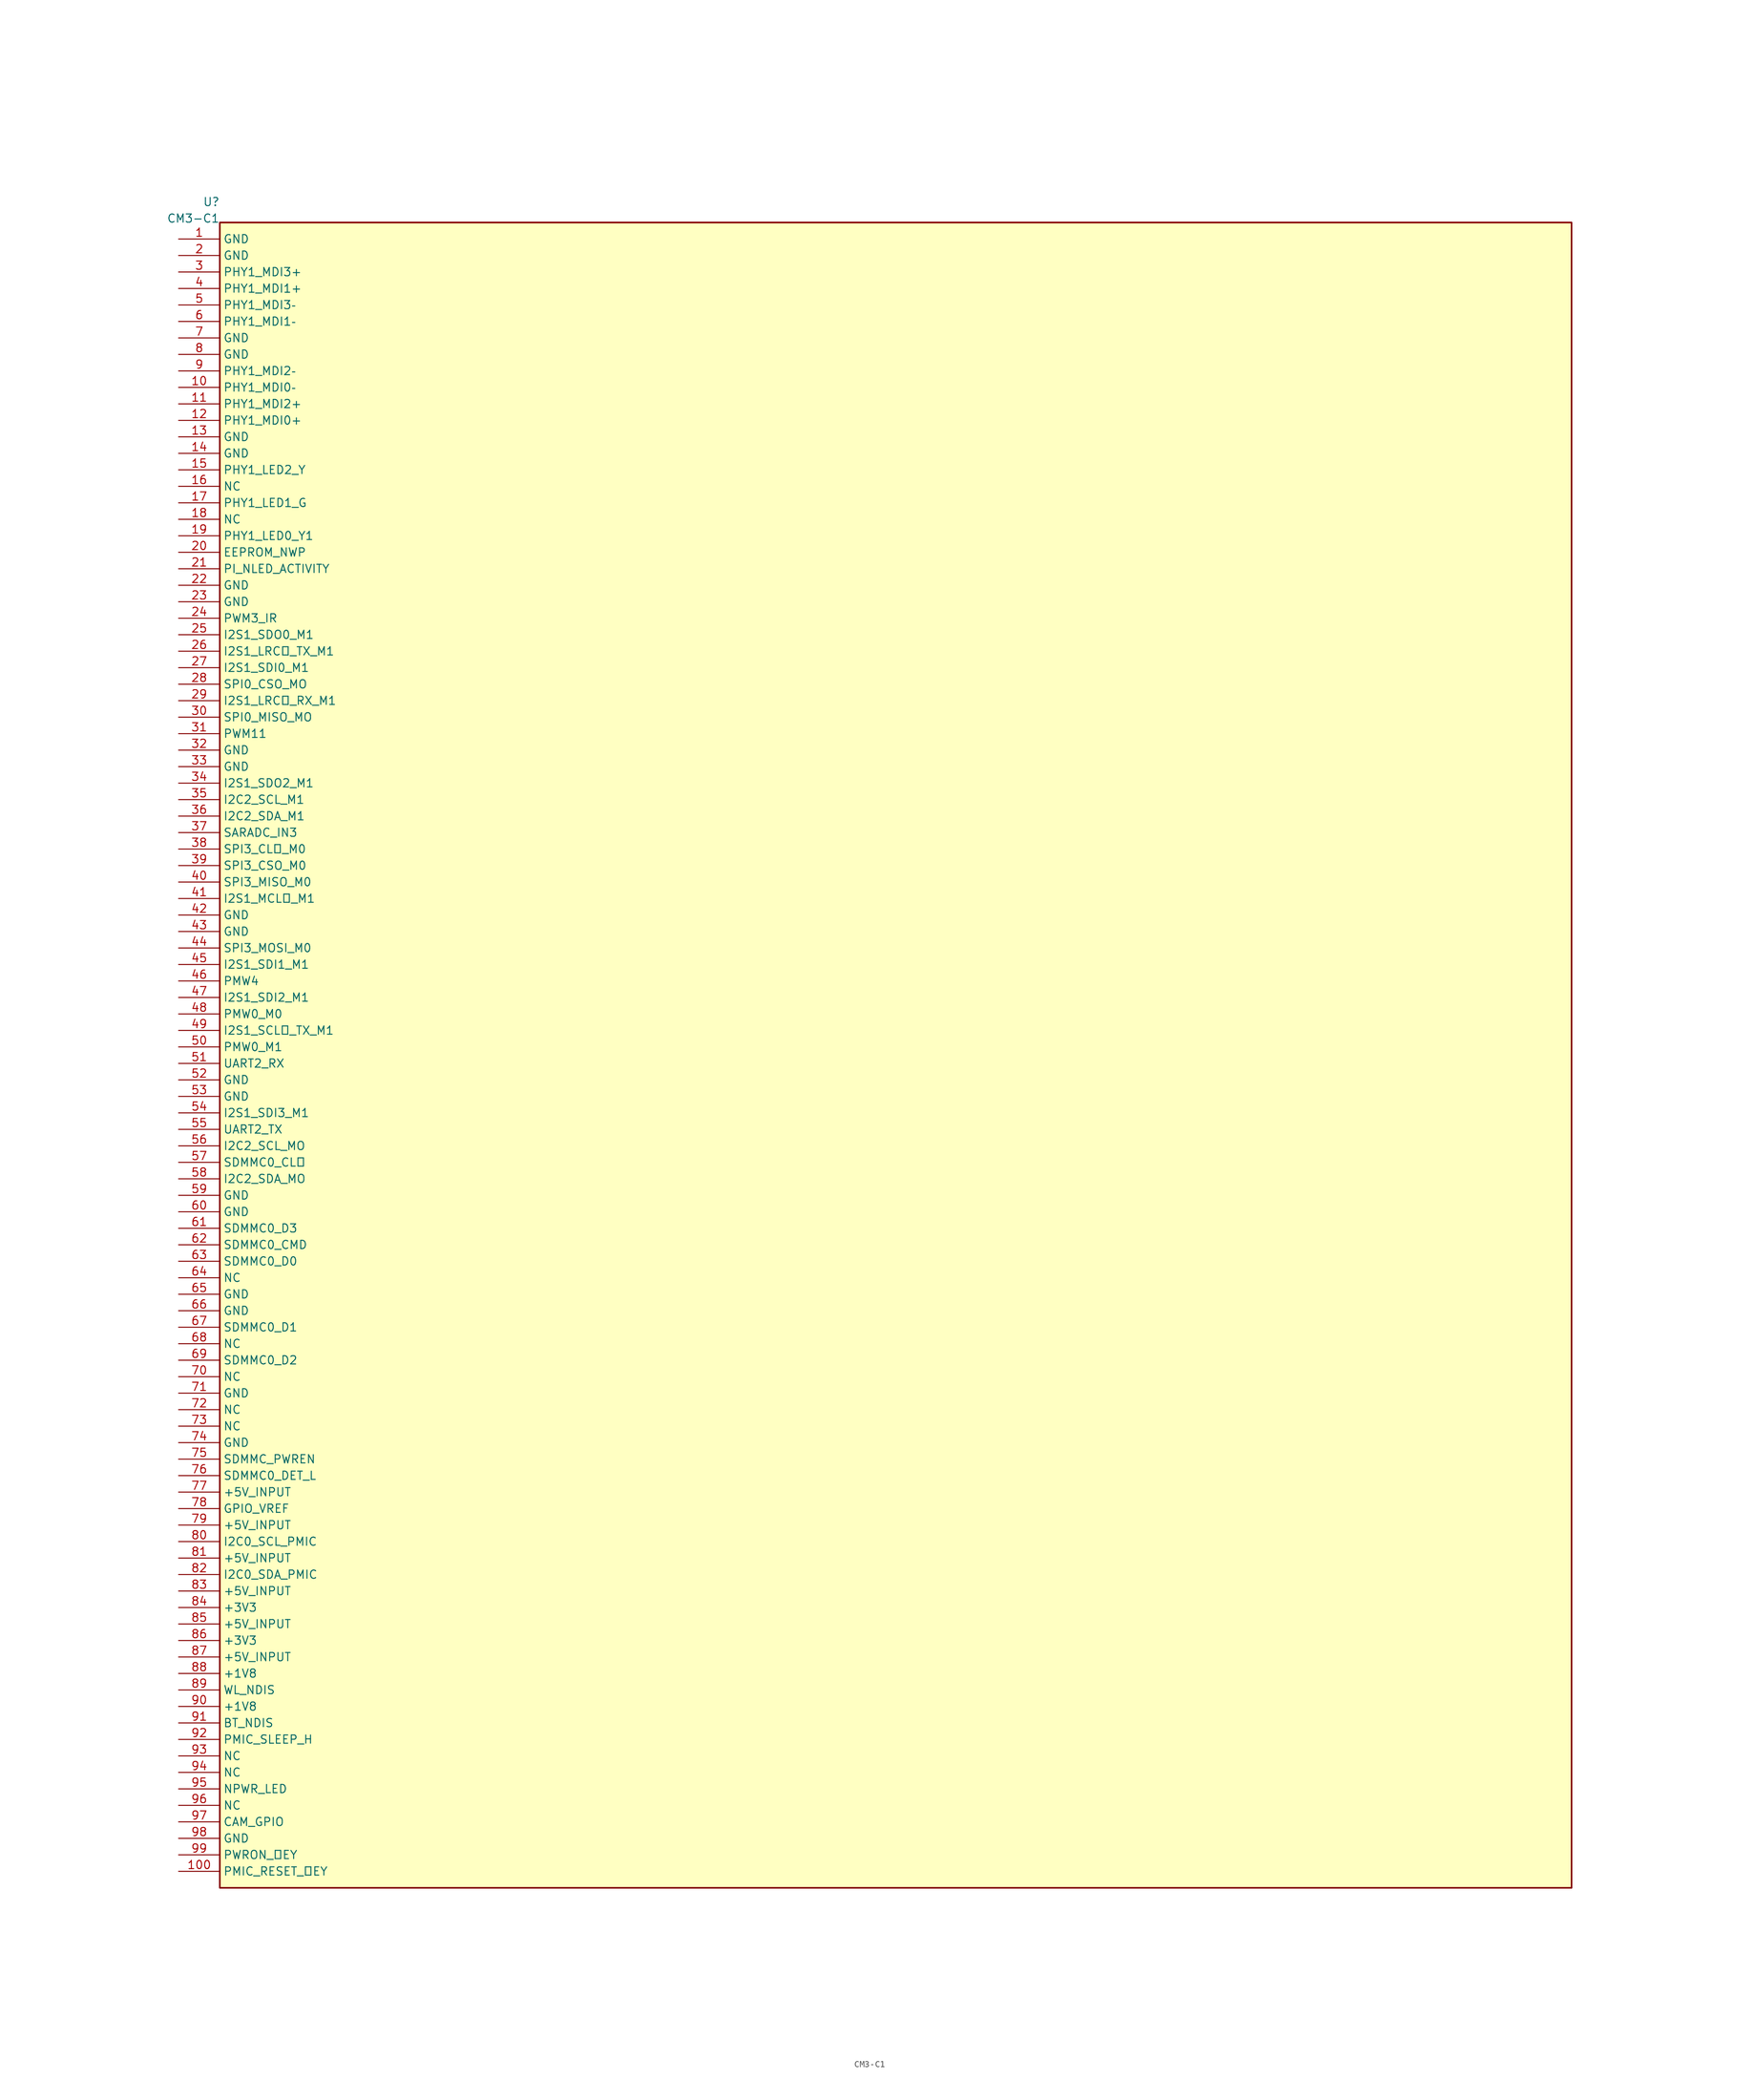
<source format=kicad_sym>
(kicad_symbol_lib
  (version 20241209)
  (generator "kicad_symbol_editor")
  (generator_version "9.0")
  (symbol "CM3-C1"
    (property "Reference" "U"
      (at -104.14 131.445 0)
      (effects (font (size 1.27 1.27)) (justify right)))
    (property "Value" "CM3-C1"
      (at -104.14 128.905 0)
      (effects (font (size 1.27 1.27)) (justify right)))
    (property "ki_locked" ""
      (at 0 0 0)
      (effects (font (size 1.27 1.27))))
    (symbol "CM3-C1_1_1"
      (rectangle (start -104.14 -128.27) (end 104.14 128.27) (stroke (width 0.254) (type solid)) (fill (type background)))
      (pin passive line (at -110.49 125.73 0) (length 6.35) (name "GND" (effects (font (size 1.27 1.27)))) (number "1" (effects (font (size 1.27 1.27)))))
      (pin passive line (at -110.49 123.19 0) (length 6.35) (name "GND" (effects (font (size 1.27 1.27)))) (number "2" (effects (font (size 1.27 1.27)))))
      (pin passive line (at -110.49 120.65 0) (length 6.35) (name "PHY1_MDI3+" (effects (font (size 1.27 1.27)))) (number "3" (effects (font (size 1.27 1.27)))))
      (pin passive line (at -110.49 118.11 0) (length 6.35) (name "PHY1_MDI1+" (effects (font (size 1.27 1.27)))) (number "4" (effects (font (size 1.27 1.27)))))
      (pin passive line (at -110.49 115.57 0) (length 6.35) (name "PHY1_MDI3‑" (effects (font (size 1.27 1.27)))) (number "5" (effects (font (size 1.27 1.27)))))
      (pin passive line (at -110.49 113.03 0) (length 6.35) (name "PHY1_MDI1‑" (effects (font (size 1.27 1.27)))) (number "6" (effects (font (size 1.27 1.27)))))
      (pin passive line (at -110.49 110.49 0) (length 6.35) (name "GND" (effects (font (size 1.27 1.27)))) (number "7" (effects (font (size 1.27 1.27)))))
      (pin passive line (at -110.49 107.95 0) (length 6.35) (name "GND" (effects (font (size 1.27 1.27)))) (number "8" (effects (font (size 1.27 1.27)))))
      (pin passive line (at -110.49 105.41 0) (length 6.35) (name "PHY1_MDI2‑" (effects (font (size 1.27 1.27)))) (number "9" (effects (font (size 1.27 1.27)))))
      (pin passive line (at -110.49 102.87 0) (length 6.35) (name "PHY1_MDI0‑" (effects (font (size 1.27 1.27)))) (number "10" (effects (font (size 1.27 1.27)))))
      (pin passive line (at -110.49 100.33 0) (length 6.35) (name "PHY1_MDI2+" (effects (font (size 1.27 1.27)))) (number "11" (effects (font (size 1.27 1.27)))))
      (pin passive line (at -110.49 97.79 0) (length 6.35) (name "PHY1_MDI0+" (effects (font (size 1.27 1.27)))) (number "12" (effects (font (size 1.27 1.27)))))
      (pin passive line (at -110.49 95.25 0) (length 6.35) (name "GND" (effects (font (size 1.27 1.27)))) (number "13" (effects (font (size 1.27 1.27)))))
      (pin passive line (at -110.49 92.71 0) (length 6.35) (name "GND" (effects (font (size 1.27 1.27)))) (number "14" (effects (font (size 1.27 1.27)))))
      (pin passive line (at -110.49 90.17 0) (length 6.35) (name "PHY1_LED2_Y" (effects (font (size 1.27 1.27)))) (number "15" (effects (font (size 1.27 1.27)))))
      (pin passive line (at -110.49 87.63 0) (length 6.35) (name "NC" (effects (font (size 1.27 1.27)))) (number "16" (effects (font (size 1.27 1.27)))))
      (pin passive line (at -110.49 85.09 0) (length 6.35) (name "PHY1_LED1_G" (effects (font (size 1.27 1.27)))) (number "17" (effects (font (size 1.27 1.27)))))
      (pin passive line (at -110.49 82.55 0) (length 6.35) (name "NC" (effects (font (size 1.27 1.27)))) (number "18" (effects (font (size 1.27 1.27)))))
      (pin passive line (at -110.49 80.01 0) (length 6.35) (name "PHY1_LED0_Y1" (effects (font (size 1.27 1.27)))) (number "19" (effects (font (size 1.27 1.27)))))
      (pin passive line (at -110.49 77.47 0) (length 6.35) (name "EEPROM_NWP" (effects (font (size 1.27 1.27)))) (number "20" (effects (font (size 1.27 1.27)))))
      (pin passive line (at -110.49 74.93 0) (length 6.35) (name "PI_NLED_ACTIVITY" (effects (font (size 1.27 1.27)))) (number "21" (effects (font (size 1.27 1.27)))) (alternate "CIF_D14" passive line) (alternate "EBC_SDDO14" passive line) (alternate "GMAC1_TXD0_M1" passive line) (alternate "GPIO4_A4" passive line) (alternate "I2S2_LRCK_TX_M1" passive line) (alternate "UART9_TX_M2" passive line))
      (pin passive line (at -110.49 72.39 0) (length 6.35) (name "GND" (effects (font (size 1.27 1.27)))) (number "22" (effects (font (size 1.27 1.27)))))
      (pin passive line (at -110.49 69.85 0) (length 6.35) (name "GND" (effects (font (size 1.27 1.27)))) (number "23" (effects (font (size 1.27 1.27)))))
      (pin passive line (at -110.49 67.31 0) (length 6.35) (name "PWM3_IR" (effects (font (size 1.27 1.27)))) (number "24" (effects (font (size 1.27 1.27)))) (alternate "EDP_HPDIN_M1" passive line) (alternate "GPIO0_C2" passive line) (alternate "MCU_JTAG_TMS" passive line) (alternate "PWM3_IR" passive line))
      (pin passive line (at -110.49 64.77 0) (length 6.35) (name "I2S1_SDO0_M1" (effects (font (size 1.27 1.27)))) (number "25" (effects (font (size 1.27 1.27)))) (alternate "CIF_D3" passive line) (alternate "EBC_SDDO3" passive line) (alternate "GPIO3_D1" passive line) (alternate "I2S1_SDO0_M1" passive line) (alternate "SDMMC2_D3_M0" passive line) (alternate "VOP_BT656_D3_M1" passive line))
      (pin passive line (at -110.49 62.23 0) (length 6.35) (name "I2S1_LRCK_TX_M1" (effects (font (size 1.27 1.27)))) (number "26" (effects (font (size 1.27 1.27)))) (alternate "CIF_D2" passive line) (alternate "EBC_SDDO2" passive line) (alternate "GPIO3_D0" passive line) (alternate "I2S1_LRCK_TX_M1" passive line) (alternate "SDMMC2_D2_M0" passive line) (alternate "VOP_BT656_D2_M1" passive line))
      (pin passive line (at -110.49 59.69 0) (length 6.35) (name "I2S1_SDI0_M1" (effects (font (size 1.27 1.27)))) (number "27" (effects (font (size 1.27 1.27)))) (alternate "CIF_D4" passive line) (alternate "EBC_SDDO4" passive line) (alternate "GPIO3_D2" passive line) (alternate "I2S1_SDI0_M1" passive line) (alternate "SDMMC2_CMD_M0" passive line) (alternate "VOP_BT656_D4_M1" passive line))
      (pin passive line (at -110.49 57.15 0) (length 6.35) (name "SPI0_CSO_MO" (effects (font (size 1.27 1.27)))) (number "28" (effects (font (size 1.27 1.27)))) (alternate "GPIO0_C6" passive line) (alternate "PWM7_IR" passive line) (alternate "SPI0_CS0_M0" passive line))
      (pin passive line (at -110.49 54.61 0) (length 6.35) (name "I2S1_LRCK_RX_M1" (effects (font (size 1.27 1.27)))) (number "29" (effects (font (size 1.27 1.27)))) (alternate "CAM_CLKOUT0" passive line) (alternate "EBC_SDCE1" passive line) (alternate "GMAC1_RXD0_M1" passive line) (alternate "GPIO4_A7" passive line) (alternate "I2S1_LRCK_RX_M1" passive line) (alternate "SPI3_CS1_M0" passive line))
      (pin passive line (at -110.49 52.07 0) (length 6.35) (name "SPI0_MISO_MO" (effects (font (size 1.27 1.27)))) (number "30" (effects (font (size 1.27 1.27)))) (alternate "GPIO0_C5" passive line) (alternate "PWM6" passive line) (alternate "SPI0_MISO_M0" passive line))
      (pin passive line (at -110.49 49.53 0) (length 6.35) (name "PWM11" (effects (font (size 1.27 1.27)))) (number "31" (effects (font (size 1.27 1.27)))) (alternate "CIF_CLKOUT" passive line) (alternate "EBC_GDCLK" passive line) (alternate "GPIO4_C0" passive line) (alternate "PWM11_IR_M1" passive line))
      (pin passive line (at -110.49 46.99 0) (length 6.35) (name "GND" (effects (font (size 1.27 1.27)))) (number "32" (effects (font (size 1.27 1.27)))))
      (pin passive line (at -110.49 44.45 0) (length 6.35) (name "GND" (effects (font (size 1.27 1.27)))) (number "33" (effects (font (size 1.27 1.27)))))
      (pin passive line (at -110.49 41.91 0) (length 6.35) (name "I2S1_SDO2_M1" (effects (font (size 1.27 1.27)))) (number "34" (effects (font (size 1.27 1.27)))) (alternate "EBC_SDCE3" passive line) (alternate "GMAC1_RXDV_CRS_M1" passive line) (alternate "GPIO4_B1" passive line) (alternate "I2S1_SDO2_M1" passive line) (alternate "ISP_PRELIGHT_TRIG" passive line))
      (pin passive line (at -110.49 39.37 0) (length 6.35) (name "I2C2_SCL_M1" (effects (font (size 1.27 1.27)))) (number "35" (effects (font (size 1.27 1.27)))) (alternate "EBC_SDSHR" passive line) (alternate "GPIO4_B5" passive line) (alternate "I2C2_SCL_M1" passive line) (alternate "I2S1_SDO3_M1" passive line))
      (pin passive line (at -110.49 36.83 0) (length 6.35) (name "I2C2_SDA_M1" (effects (font (size 1.27 1.27)))) (number "36" (effects (font (size 1.27 1.27)))) (alternate "EBC_GDSP" passive line) (alternate "GPIO4_B4" passive line) (alternate "I2C2_SDA_M1" passive line) (alternate "ISP_FLASH_TRIGIN" passive line) (alternate "VOP_BT656_CLK_M1" passive line))
      (pin passive line (at -110.49 34.29 0) (length 6.35) (name "SARADC_IN3" (effects (font (size 1.27 1.27)))) (number "37" (effects (font (size 1.27 1.27)))) (alternate "SARADC_VIN3" passive line))
      (pin passive line (at -110.49 31.75 0) (length 6.35) (name "SPI3_CLK_M0" (effects (font (size 1.27 1.27)))) (number "38" (effects (font (size 1.27 1.27)))) (alternate "EBC_GDOE" passive line) (alternate "ETH1_REFCLKO_25M_M1" passive line) (alternate "GPIO4_B3" passive line) (alternate "I2C4_SCL_M0" passive line) (alternate "I2S2_SDO_M1" passive line) (alternate "SPI3_CLK_M0" passive line))
      (pin passive line (at -110.49 29.21 0) (length 6.35) (name "SPI3_CSO_M0" (effects (font (size 1.27 1.27)))) (number "39" (effects (font (size 1.27 1.27)))) (alternate "EBC_SDCE0" passive line) (alternate "GMAC1_TXEN_M1" passive line) (alternate "GPIO4_A6" passive line) (alternate "I2S1_SCLK_RX_M1" passive line) (alternate "ISP_FLASHTRIGOUT" passive line) (alternate "SPI3_CS0_M0" passive line))
      (pin passive line (at -110.49 26.67 0) (length 6.35) (name "SPI3_MISO_M0" (effects (font (size 1.27 1.27)))) (number "40" (effects (font (size 1.27 1.27)))) (alternate "CAM_CLKOUT1" passive line) (alternate "EBC_SDCE2" passive line) (alternate "GMAC1_RXD1_M1" passive line) (alternate "GPIO4_B0" passive line) (alternate "I2S1_SDO1_M1" passive line) (alternate "SPI3_MISO_M0" passive line))
      (pin passive line (at -110.49 24.13 0) (length 6.35) (name "I2S1_MCLK_M1" (effects (font (size 1.27 1.27)))) (number "41" (effects (font (size 1.27 1.27)))) (alternate "CIF_D0" passive line) (alternate "EBC_SDDO0" passive line) (alternate "GPIO3_C6" passive line) (alternate "I2S1_MCLK_M1" passive line) (alternate "SDMMC2_D0_M0" passive line) (alternate "VOP_BT656_D0_M1" passive line))
      (pin passive line (at -110.49 21.59 0) (length 6.35) (name "GND" (effects (font (size 1.27 1.27)))) (number "42" (effects (font (size 1.27 1.27)))))
      (pin passive line (at -110.49 19.05 0) (length 6.35) (name "GND" (effects (font (size 1.27 1.27)))) (number "43" (effects (font (size 1.27 1.27)))))
      (pin passive line (at -110.49 16.51 0) (length 6.35) (name "SPI3_MOSI_M0" (effects (font (size 1.27 1.27)))) (number "44" (effects (font (size 1.27 1.27)))) (alternate "EBC_VCOM" passive line) (alternate "GMAC1_RXER_M1" passive line) (alternate "GPIO4_B2" passive line) (alternate "I2C4_SDA_M0" passive line) (alternate "I2S2_SDI_M1" passive line) (alternate "SPI3_MOSI_M0" passive line))
      (pin passive line (at -110.49 13.97 0) (length 6.35) (name "I2S1_SDI1_M1" (effects (font (size 1.27 1.27)))) (number "45" (effects (font (size 1.27 1.27)))) (alternate "CIF_D5" passive line) (alternate "EBC_SDDO5" passive line) (alternate "GPIO3_D3" passive line) (alternate "I2S1_SDI1_M1" passive line) (alternate "SDMMC2_CLK_M0" passive line) (alternate "VOP_BT656_D5_M1" passive line))
      (pin passive line (at -110.49 11.43 0) (length 6.35) (name "PMW4" (effects (font (size 1.27 1.27)))) (number "46" (effects (font (size 1.27 1.27)))) (alternate "GPIO0_C3" passive line) (alternate "MCU_JTAG_TRSTn" passive line) (alternate "PWM4" passive line) (alternate "VOP_PWM_M0" passive line))
      (pin passive line (at -110.49 8.89 0) (length 6.35) (name "I2S1_SDI2_M1" (effects (font (size 1.27 1.27)))) (number "47" (effects (font (size 1.27 1.27)))) (alternate "CIF_D6" passive line) (alternate "EBC_SDDO6" passive line) (alternate "GPIO3_D4" passive line) (alternate "I2S1_SDI2_M1" passive line) (alternate "SDMMC2_DET_M0" passive line) (alternate "VOP_BT656_D6_M1" passive line))
      (pin passive line (at -110.49 6.35 0) (length 6.35) (name "PMW0_M0" (effects (font (size 1.27 1.27)))) (number "48" (effects (font (size 1.27 1.27)))) (alternate "CPUAVS" passive line) (alternate "GPIO0_B7" passive line) (alternate "PWM0_M0" passive line))
      (pin passive line (at -110.49 3.81 0) (length 6.35) (name "I2S1_SCLK_TX_M1" (effects (font (size 1.27 1.27)))) (number "49" (effects (font (size 1.27 1.27)))) (alternate "CIF_D1" passive line) (alternate "EBC_SDDO1" passive line) (alternate "GPIO3_C7" passive line) (alternate "I2S1_SCLK_TX_M1" passive line) (alternate "SDMMC2_D1_M0" passive line) (alternate "VOP_BT656_D1_M1" passive line))
      (pin passive line (at -110.49 1.27 0) (length 6.35) (name "PMW0_M1" (effects (font (size 1.27 1.27)))) (number "50" (effects (font (size 1.27 1.27)))) (alternate "GPIO0_C7" passive line) (alternate "HDMITX_CEC_M1" passive line) (alternate "PWM0_M1" passive line) (alternate "UART0_CTSn" passive line))
      (pin passive line (at -110.49 -1.27 0) (length 6.35) (name "UART2_RX" (effects (font (size 1.27 1.27)))) (number "51" (effects (font (size 1.27 1.27)))) (alternate "GPIO0_D0" passive line) (alternate "UART2_RX_M0" passive line))
      (pin passive line (at -110.49 -3.81 0) (length 6.35) (name "GND" (effects (font (size 1.27 1.27)))) (number "52" (effects (font (size 1.27 1.27)))))
      (pin passive line (at -110.49 -6.35 0) (length 6.35) (name "GND" (effects (font (size 1.27 1.27)))) (number "53" (effects (font (size 1.27 1.27)))))
      (pin passive line (at -110.49 -8.89 0) (length 6.35) (name "I2S1_SDI3_M1" (effects (font (size 1.27 1.27)))) (number "54" (effects (font (size 1.27 1.27)))) (alternate "CIF_D7" passive line) (alternate "EBC_SDDO7" passive line) (alternate "GPIO3_D5" passive line) (alternate "I2S1_SDI3_M1" passive line) (alternate "SDMMC2_PWREN_M0" passive line) (alternate "VOP_BT656_D7_M1" passive line))
      (pin passive line (at -110.49 -11.43 0) (length 6.35) (name "UART2_TX" (effects (font (size 1.27 1.27)))) (number "55" (effects (font (size 1.27 1.27)))) (alternate "GPIO0_D1" passive line) (alternate "UART2_TX_M0" passive line))
      (pin passive line (at -110.49 -13.97 0) (length 6.35) (name "I2C2_SCL_MO" (effects (font (size 1.27 1.27)))) (number "56" (effects (font (size 1.27 1.27)))) (alternate "GPIO0_B5" passive line) (alternate "I2C2_SCL_M0" passive line) (alternate "PCIE20_WAKEn_M0" passive line) (alternate "PWM1_M1" passive line) (alternate "SPI0_CLK_M0" passive line))
      (pin passive line (at -110.49 -16.51 0) (length 6.35) (name "SDMMC0_CLK" (effects (font (size 1.27 1.27)))) (number "57" (effects (font (size 1.27 1.27)))) (alternate "GPIO2_A2" passive line) (alternate "SDMMC0_CLK" passive line) (alternate "TEST_CLKOUT" passive line) (alternate "UART5_TX_M0" passive line))
      (pin passive line (at -110.49 -19.05 0) (length 6.35) (name "I2C2_SDA_MO" (effects (font (size 1.27 1.27)))) (number "58" (effects (font (size 1.27 1.27)))) (alternate "GPIO0_B6" passive line) (alternate "I2C2_SDA_M0" passive line) (alternate "PCIE20_PERSTn_M0" passive line) (alternate "PWM2_M1" passive line) (alternate "SPI0_MOSI_M0" passive line))
      (pin passive line (at -110.49 -21.59 0) (length 6.35) (name "GND" (effects (font (size 1.27 1.27)))) (number "59" (effects (font (size 1.27 1.27)))))
      (pin passive line (at -110.49 -24.13 0) (length 6.35) (name "GND" (effects (font (size 1.27 1.27)))) (number "60" (effects (font (size 1.27 1.27)))))
      (pin passive line (at -110.49 -26.67 0) (length 6.35) (name "SDMMC0_D3" (effects (font (size 1.27 1.27)))) (number "61" (effects (font (size 1.27 1.27)))) (alternate "ARM_JTAG_TMS" passive line) (alternate "GPIO2_A0" passive line) (alternate "SDMMC0_D3" passive line) (alternate "UART5_RTSn_M0" passive line))
      (pin passive line (at -110.49 -29.21 0) (length 6.35) (name "SDMMC0_CMD" (effects (font (size 1.27 1.27)))) (number "62" (effects (font (size 1.27 1.27)))) (alternate "GPIO2_A1" passive line) (alternate "PWM10_M1" passive line) (alternate "SDMMC0_CMD" passive line) (alternate "UART5_RX_M0" passive line))
      (pin passive line (at -110.49 -31.75 0) (length 6.35) (name "SDMMC0_D0" (effects (font (size 1.27 1.27)))) (number "63" (effects (font (size 1.27 1.27)))) (alternate "GPIO1_D5" passive line) (alternate "PWM8_M1" passive line) (alternate "SDMMC0_D0" passive line) (alternate "UART2_TX_M1" passive line) (alternate "UART6_TX_M1" passive line))
      (pin passive line (at -110.49 -34.29 0) (length 6.35) (name "NC" (effects (font (size 1.27 1.27)))) (number "64" (effects (font (size 1.27 1.27)))))
      (pin passive line (at -110.49 -36.83 0) (length 6.35) (name "GND" (effects (font (size 1.27 1.27)))) (number "65" (effects (font (size 1.27 1.27)))))
      (pin passive line (at -110.49 -39.37 0) (length 6.35) (name "GND" (effects (font (size 1.27 1.27)))) (number "66" (effects (font (size 1.27 1.27)))))
      (pin passive line (at -110.49 -41.91 0) (length 6.35) (name "SDMMC0_D1" (effects (font (size 1.27 1.27)))) (number "67" (effects (font (size 1.27 1.27)))) (alternate "GPIO1_D6" passive line) (alternate "PWM9_M1" passive line) (alternate "SDMMC0_D1" passive line) (alternate "UART2_RX_M1" passive line) (alternate "UART6_RX_M1" passive line))
      (pin passive line (at -110.49 -44.45 0) (length 6.35) (name "NC" (effects (font (size 1.27 1.27)))) (number "68" (effects (font (size 1.27 1.27)))))
      (pin passive line (at -110.49 -46.99 0) (length 6.35) (name "SDMMC0_D2" (effects (font (size 1.27 1.27)))) (number "69" (effects (font (size 1.27 1.27)))) (alternate "ARM_JTAG_TCK" passive line) (alternate "GPIO1_D7" passive line) (alternate "SDMMC0_D2" passive line) (alternate "UART5_CTSn_M0" passive line))
      (pin passive line (at -110.49 -49.53 0) (length 6.35) (name "NC" (effects (font (size 1.27 1.27)))) (number "70" (effects (font (size 1.27 1.27)))))
      (pin passive line (at -110.49 -52.07 0) (length 6.35) (name "GND" (effects (font (size 1.27 1.27)))) (number "71" (effects (font (size 1.27 1.27)))))
      (pin passive line (at -110.49 -54.61 0) (length 6.35) (name "NC" (effects (font (size 1.27 1.27)))) (number "72" (effects (font (size 1.27 1.27)))))
      (pin passive line (at -110.49 -57.15 0) (length 6.35) (name "NC" (effects (font (size 1.27 1.27)))) (number "73" (effects (font (size 1.27 1.27)))))
      (pin passive line (at -110.49 -59.69 0) (length 6.35) (name "GND" (effects (font (size 1.27 1.27)))) (number "74" (effects (font (size 1.27 1.27)))))
      (pin passive line (at -110.49 -62.23 0) (length 6.35) (name "SDMMC_PWREN" (effects (font (size 1.27 1.27)))) (number "75" (effects (font (size 1.27 1.27)))) (alternate "GPIO0_A5" passive line) (alternate "PCIE20_CLKREQn_M0" passive line) (alternate "SATA_MP_SWITCH" passive line) (alternate "SDMMC0_PWREN" passive line))
      (pin passive line (at -110.49 -64.77 0) (length 6.35) (name "SDMMC0_DET_L" (effects (font (size 1.27 1.27)))) (number "76" (effects (font (size 1.27 1.27)))) (alternate "GPIO0_A4" passive line) (alternate "SATA_CP_DET" passive line) (alternate "SDMMC0_DET" passive line))
      (pin passive line (at -110.49 -67.31 0) (length 6.35) (name "+5V_INPUT" (effects (font (size 1.27 1.27)))) (number "77" (effects (font (size 1.27 1.27)))))
      (pin passive line (at -110.49 -69.85 0) (length 6.35) (name "GPIO_VREF" (effects (font (size 1.27 1.27)))) (number "78" (effects (font (size 1.27 1.27)))))
      (pin passive line (at -110.49 -72.39 0) (length 6.35) (name "+5V_INPUT" (effects (font (size 1.27 1.27)))) (number "79" (effects (font (size 1.27 1.27)))))
      (pin passive line (at -110.49 -74.93 0) (length 6.35) (name "I2C0_SCL_PMIC" (effects (font (size 1.27 1.27)))) (number "80" (effects (font (size 1.27 1.27)))) (alternate "GPIO0_B1" passive line) (alternate "I2C0_SCL" passive line))
      (pin passive line (at -110.49 -77.47 0) (length 6.35) (name "+5V_INPUT" (effects (font (size 1.27 1.27)))) (number "81" (effects (font (size 1.27 1.27)))))
      (pin passive line (at -110.49 -80.01 0) (length 6.35) (name "I2C0_SDA_PMIC" (effects (font (size 1.27 1.27)))) (number "82" (effects (font (size 1.27 1.27)))) (alternate "GPIO0_B2" passive line) (alternate "I2C0_SDA" passive line))
      (pin passive line (at -110.49 -82.55 0) (length 6.35) (name "+5V_INPUT" (effects (font (size 1.27 1.27)))) (number "83" (effects (font (size 1.27 1.27)))))
      (pin passive line (at -110.49 -85.09 0) (length 6.35) (name "+3V3" (effects (font (size 1.27 1.27)))) (number "84" (effects (font (size 1.27 1.27)))))
      (pin passive line (at -110.49 -87.63 0) (length 6.35) (name "+5V_INPUT" (effects (font (size 1.27 1.27)))) (number "85" (effects (font (size 1.27 1.27)))))
      (pin passive line (at -110.49 -90.17 0) (length 6.35) (name "+3V3" (effects (font (size 1.27 1.27)))) (number "86" (effects (font (size 1.27 1.27)))))
      (pin passive line (at -110.49 -92.71 0) (length 6.35) (name "+5V_INPUT" (effects (font (size 1.27 1.27)))) (number "87" (effects (font (size 1.27 1.27)))))
      (pin passive line (at -110.49 -95.25 0) (length 6.35) (name "+1V8" (effects (font (size 1.27 1.27)))) (number "88" (effects (font (size 1.27 1.27)))))
      (pin passive line (at -110.49 -97.79 0) (length 6.35) (name "WL_NDIS" (effects (font (size 1.27 1.27)))) (number "89" (effects (font (size 1.27 1.27)))) (alternate "CIF_HREF" passive line) (alternate "EBC_SDLE" passive line) (alternate "GMAC1_MDC_M1" passive line) (alternate "GPIO4_B6" passive line) (alternate "I2S2_MCLK_M1" passive line) (alternate "UART1_RTSn_M1" passive line))
      (pin passive line (at -110.49 -100.33 0) (length 6.35) (name "+1V8" (effects (font (size 1.27 1.27)))) (number "90" (effects (font (size 1.27 1.27)))))
      (pin passive line (at -110.49 -102.87 0) (length 6.35) (name "BT_NDIS" (effects (font (size 1.27 1.27)))) (number "91" (effects (font (size 1.27 1.27)))) (alternate "CIF_D15" passive line) (alternate "EBC_SDDO15" passive line) (alternate "GMAC1_TXD1_M1" passive line) (alternate "GPIO4_A5" passive line) (alternate "I2S2_LRCK_RX_M1" passive line) (alternate "UART9_RX_M2" passive line))
      (pin passive line (at -110.49 -105.41 0) (length 6.35) (name "PMIC_SLEEP_H" (effects (font (size 1.27 1.27)))) (number "92" (effects (font (size 1.27 1.27)))) (alternate "GPIO0_A2" passive line) (alternate "PMIC_SLEEP" passive line) (alternate "TSADC_SHUT_M1" passive line))
      (pin passive line (at -110.49 -107.95 0) (length 6.35) (name "NC" (effects (font (size 1.27 1.27)))) (number "93" (effects (font (size 1.27 1.27)))))
      (pin passive line (at -110.49 -110.49 0) (length 6.35) (name "NC" (effects (font (size 1.27 1.27)))) (number "94" (effects (font (size 1.27 1.27)))))
      (pin passive line (at -110.49 -113.03 0) (length 6.35) (name "NPWR_LED" (effects (font (size 1.27 1.27)))) (number "95" (effects (font (size 1.27 1.27)))) (alternate "CIF_VSYNC" passive line) (alternate "EBC_SDOE" passive line) (alternate "GMAC1_MDIO_M1" passive line) (alternate "GPIO4_B7" passive line) (alternate "I2S2_SCLK_TX_M1" passive line))
      (pin passive line (at -110.49 -115.57 0) (length 6.35) (name "NC" (effects (font (size 1.27 1.27)))) (number "96" (effects (font (size 1.27 1.27)))))
      (pin passive line (at -110.49 -118.11 0) (length 6.35) (name "CAM_GPIO" (effects (font (size 1.27 1.27)))) (number "97" (effects (font (size 1.27 1.27)))) (alternate "CIF_CLKIN" passive line) (alternate "EBC_SDCLK" passive line) (alternate "GMAC1_MCLK_M1" passive line) (alternate "GPIO4_C1" passive line) (alternate "I2S2_SCLK_RX_M1" passive line) (alternate "UART1_CTSn_M1" passive line))
      (pin passive line (at -110.49 -120.65 0) (length 6.35) (name "GND" (effects (font (size 1.27 1.27)))) (number "98" (effects (font (size 1.27 1.27)))))
      (pin passive line (at -110.49 -123.19 0) (length 6.35) (name "PWRON_KEY" (effects (font (size 1.27 1.27)))) (number "99" (effects (font (size 1.27 1.27)))))
      (pin passive line (at -110.49 -125.73 0) (length 6.35) (name "PMIC_RESET_KEY" (effects (font (size 1.27 1.27)))) (number "100" (effects (font (size 1.27 1.27))))))))
</source>
